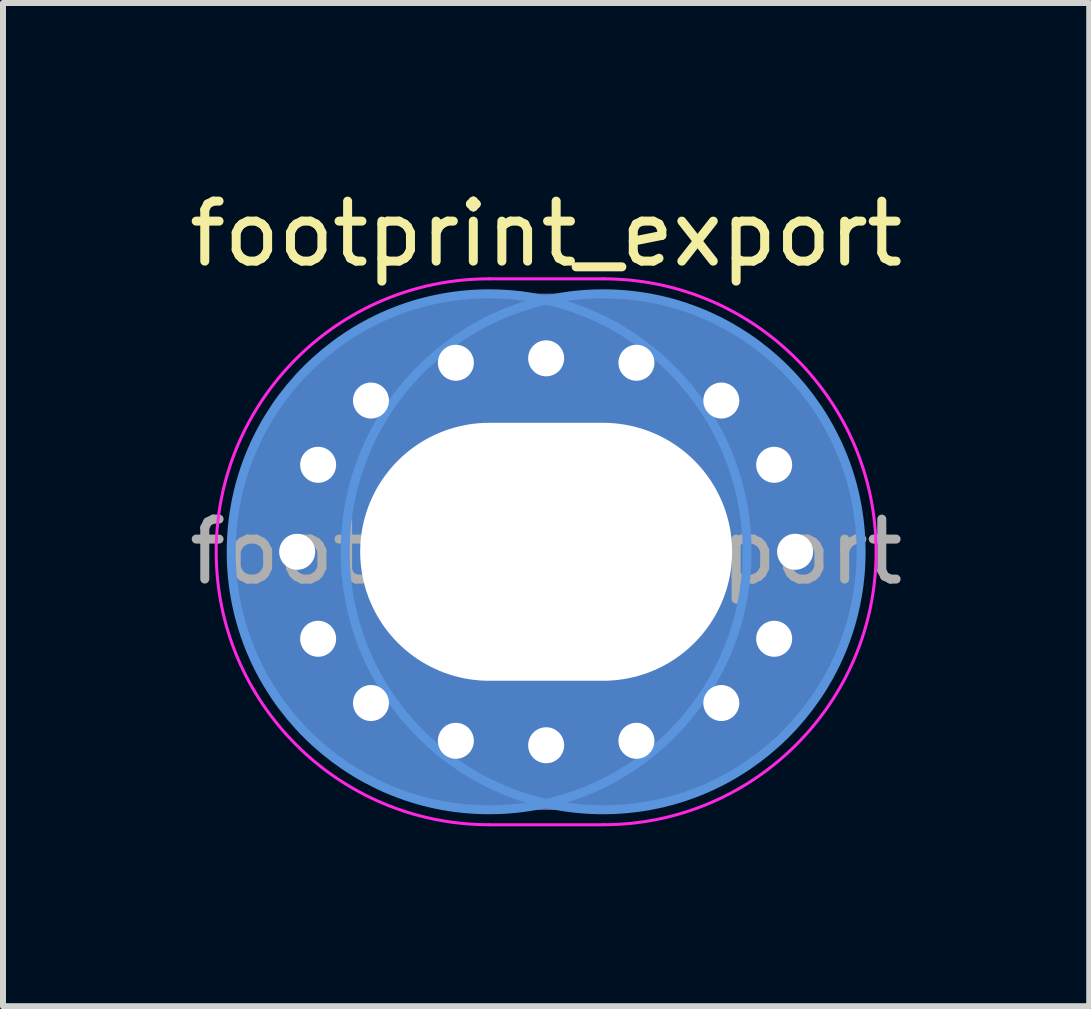
<source format=kicad_pcb>
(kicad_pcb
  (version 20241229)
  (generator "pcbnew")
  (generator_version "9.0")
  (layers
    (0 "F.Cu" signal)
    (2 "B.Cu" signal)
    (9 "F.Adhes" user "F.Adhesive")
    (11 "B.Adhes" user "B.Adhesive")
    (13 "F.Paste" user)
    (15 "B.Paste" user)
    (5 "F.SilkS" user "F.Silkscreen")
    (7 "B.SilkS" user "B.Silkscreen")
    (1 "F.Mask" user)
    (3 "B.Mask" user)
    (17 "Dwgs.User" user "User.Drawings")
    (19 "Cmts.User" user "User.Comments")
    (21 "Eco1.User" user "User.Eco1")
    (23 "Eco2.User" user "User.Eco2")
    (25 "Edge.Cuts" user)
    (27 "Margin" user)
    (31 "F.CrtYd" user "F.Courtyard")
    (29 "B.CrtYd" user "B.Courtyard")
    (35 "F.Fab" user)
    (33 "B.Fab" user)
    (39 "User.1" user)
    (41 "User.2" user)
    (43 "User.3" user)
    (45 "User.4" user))
  (footprint "footprint_export"
    (layer "F.Cu")
    (at 6.054 6.148)
    (property "Reference" "footprint_export" (at 0 -5.3 0) (layer "F.SilkS") (effects (font (size 1 1) (thickness 0.15))))
    (attr exclude_from_pos_files exclude_from_bom)
    (fp_circle (center -0.95 0) (end 3.35 0) (stroke (width 0.15) (type solid)) (fill no) (layer "Cmts.User"))
    (fp_circle (center 0.95 0) (end 5.25 0) (stroke (width 0.15) (type solid)) (fill no) (layer "Cmts.User"))
    (fp_line (start -0.95 -4.55) (end 0.95 -4.55) (stroke (width 0.05) (type solid)) (layer "F.CrtYd"))
    (fp_line (start 0.95 4.55) (end -0.95 4.55) (stroke (width 0.05) (type solid)) (layer "F.CrtYd"))
    (fp_arc (start -0.95 4.55) (mid -5.5 0) (end -0.95 -4.55) (stroke (width 0.05) (type solid)) (layer "F.CrtYd"))
    (fp_arc (start 0.95 -4.55) (mid 5.5 0) (end 0.95 4.55) (stroke (width 0.05) (type solid)) (layer "F.CrtYd"))
    (fp_text user "${REFERENCE}" (at 0 0 0) (layer "F.Fab") (effects (font (size 1 1) (thickness 0.15))))
    (pad "1" thru_hole circle (at -4.15 0) (size 0.9 0.9) (drill 0.6) (layers "*.Cu" "*.Mask"))
    (pad "1" thru_hole circle (at -3.801 -1.45) (size 0.9 0.9) (drill 0.6) (layers "*.Cu" "*.Mask"))
    (pad "1" thru_hole circle (at -3.801 1.45) (size 0.9 0.9) (drill 0.6) (layers "*.Cu" "*.Mask"))
    (pad "1" thru_hole circle (at -2.92 -2.521) (size 0.9 0.9) (drill 0.6) (layers "*.Cu" "*.Mask"))
    (pad "1" thru_hole circle (at -2.92 2.521) (size 0.9 0.9) (drill 0.6) (layers "*.Cu" "*.Mask"))
    (pad "1" thru_hole circle (at -1.505 -3.151) (size 0.9 0.9) (drill 0.6) (layers "*.Cu" "*.Mask"))
    (pad "1" thru_hole circle (at -1.505 3.151) (size 0.9 0.9) (drill 0.6) (layers "*.Cu" "*.Mask"))
    (pad "1" thru_hole circle (at 0 -3.225) (size 0.9 0.9) (drill 0.6) (layers "*.Cu" "*.Mask"))
    (pad "1" thru_hole oval (at 0 0) (size 10.4 8.6) (drill oval 6.2 4.3) (layers "*.Cu" "*.Mask"))
    (pad "1" thru_hole circle (at 0 3.225) (size 0.9 0.9) (drill 0.6) (layers "*.Cu" "*.Mask"))
    (pad "1" thru_hole circle (at 1.505 -3.151) (size 0.9 0.9) (drill 0.6) (layers "*.Cu" "*.Mask"))
    (pad "1" thru_hole circle (at 1.505 3.151) (size 0.9 0.9) (drill 0.6) (layers "*.Cu" "*.Mask"))
    (pad "1" thru_hole circle (at 2.92 -2.521) (size 0.9 0.9) (drill 0.6) (layers "*.Cu" "*.Mask"))
    (pad "1" thru_hole circle (at 2.92 2.521) (size 0.9 0.9) (drill 0.6) (layers "*.Cu" "*.Mask"))
    (pad "1" thru_hole circle (at 3.801 -1.45) (size 0.9 0.9) (drill 0.6) (layers "*.Cu" "*.Mask"))
    (pad "1" thru_hole circle (at 3.801 1.45) (size 0.9 0.9) (drill 0.6) (layers "*.Cu" "*.Mask"))
    (pad "1" thru_hole circle (at 4.15 0) (size 0.9 0.9) (drill 0.6) (layers "*.Cu" "*.Mask")))
  (gr_rect
    (start -3 -3)
    (end 15.107 13.723)
    (stroke (width 0.1) (type default))
    (fill no)
    (layer "Edge.Cuts")))
</source>
